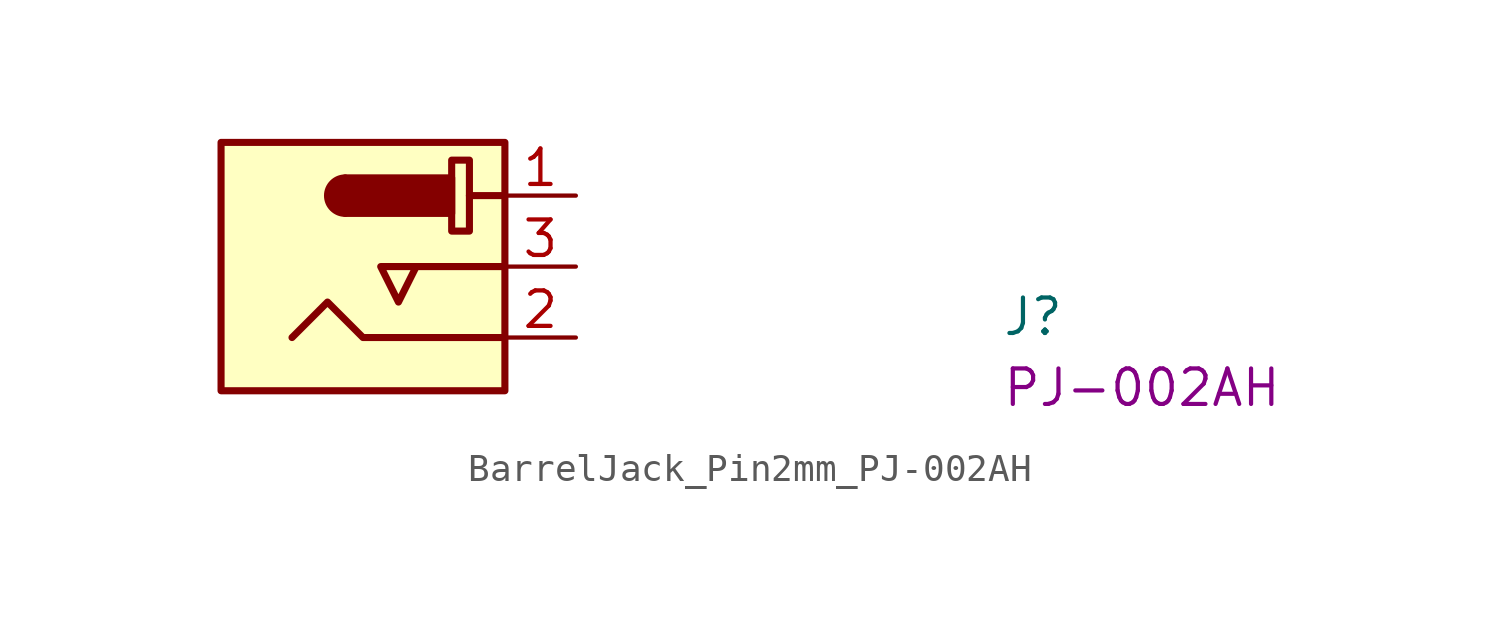
<source format=kicad_sym>
(kicad_symbol_lib
  (version 20220914)
  (generator kicad_symbol_editor)
  (symbol "BarrelJack_Pin2mm_PJ-002AH"
    (property "Reference" "J"
      (at 15.24 -5.08 0)
      (effects (font (size 1.27 1.27) (thickness 0.15)) (justify left bottom)))
    (property "MPN" "PJ-002AH"
      (at 15.24 -7.62 0)
      (effects (font (size 1.27 1.27) (thickness 0.15)) (justify left bottom)))
    (symbol "BarrelJack_Pin2mm_PJ-002AH_1_1"
      (rectangle (start -12.7 1.905) (end -2.54 -6.985) (stroke (width 0.254) (type default)) (fill (type background)))
      (arc (start -8.255 0.635) (mid -8.8873 0) (end -8.255 -0.635) (stroke (width 0.254) (type default)) (fill (type outline)))
      (rectangle (start -8.255 0.635) (end -4.445 -0.635) (stroke (width 0.254) (type default)) (fill (type outline)))
      (rectangle (start -4.445 1.27) (end -3.81 -1.27) (stroke (width 0.254) (type default)) (fill (type none)))
      (polyline (pts (xy -2.54 -2.54) (xy -5.715 -2.54)) (stroke (width 0.254) (type default)) (fill (type background)))
      (polyline (pts (xy -2.54 0) (xy -3.81 0)) (stroke (width 0.254) (type default)) (fill (type background)))
      (polyline (pts (xy -2.54 -5.08) (xy -7.62 -5.08) (xy -8.89 -3.81) (xy -10.16 -5.08)) (stroke (width 0.254) (type default)) (fill (type none)))
      (polyline (pts (xy -6.35 -2.54) (xy -6.985 -2.54) (xy -6.35 -3.81) (xy -5.715 -2.54) (xy -6.35 -2.54)) (stroke (width 0.254) (type default)) (fill (type none)))
      (pin passive line (at 0 0 180) (length 2.54) (name "~" (effects (font (size 1.27 1.27)))) (number "1" (effects (font (size 1.27 1.27)))))
      (pin passive line (at 0 -5.08 180) (length 2.54) (name "~" (effects (font (size 1.27 1.27)))) (number "2" (effects (font (size 1.27 1.27)))))
      (pin passive line (at 0 -2.54 180) (length 2.54) (name "~" (effects (font (size 1.27 1.27)))) (number "3" (effects (font (size 1.27 1.27))))))))
</source>
